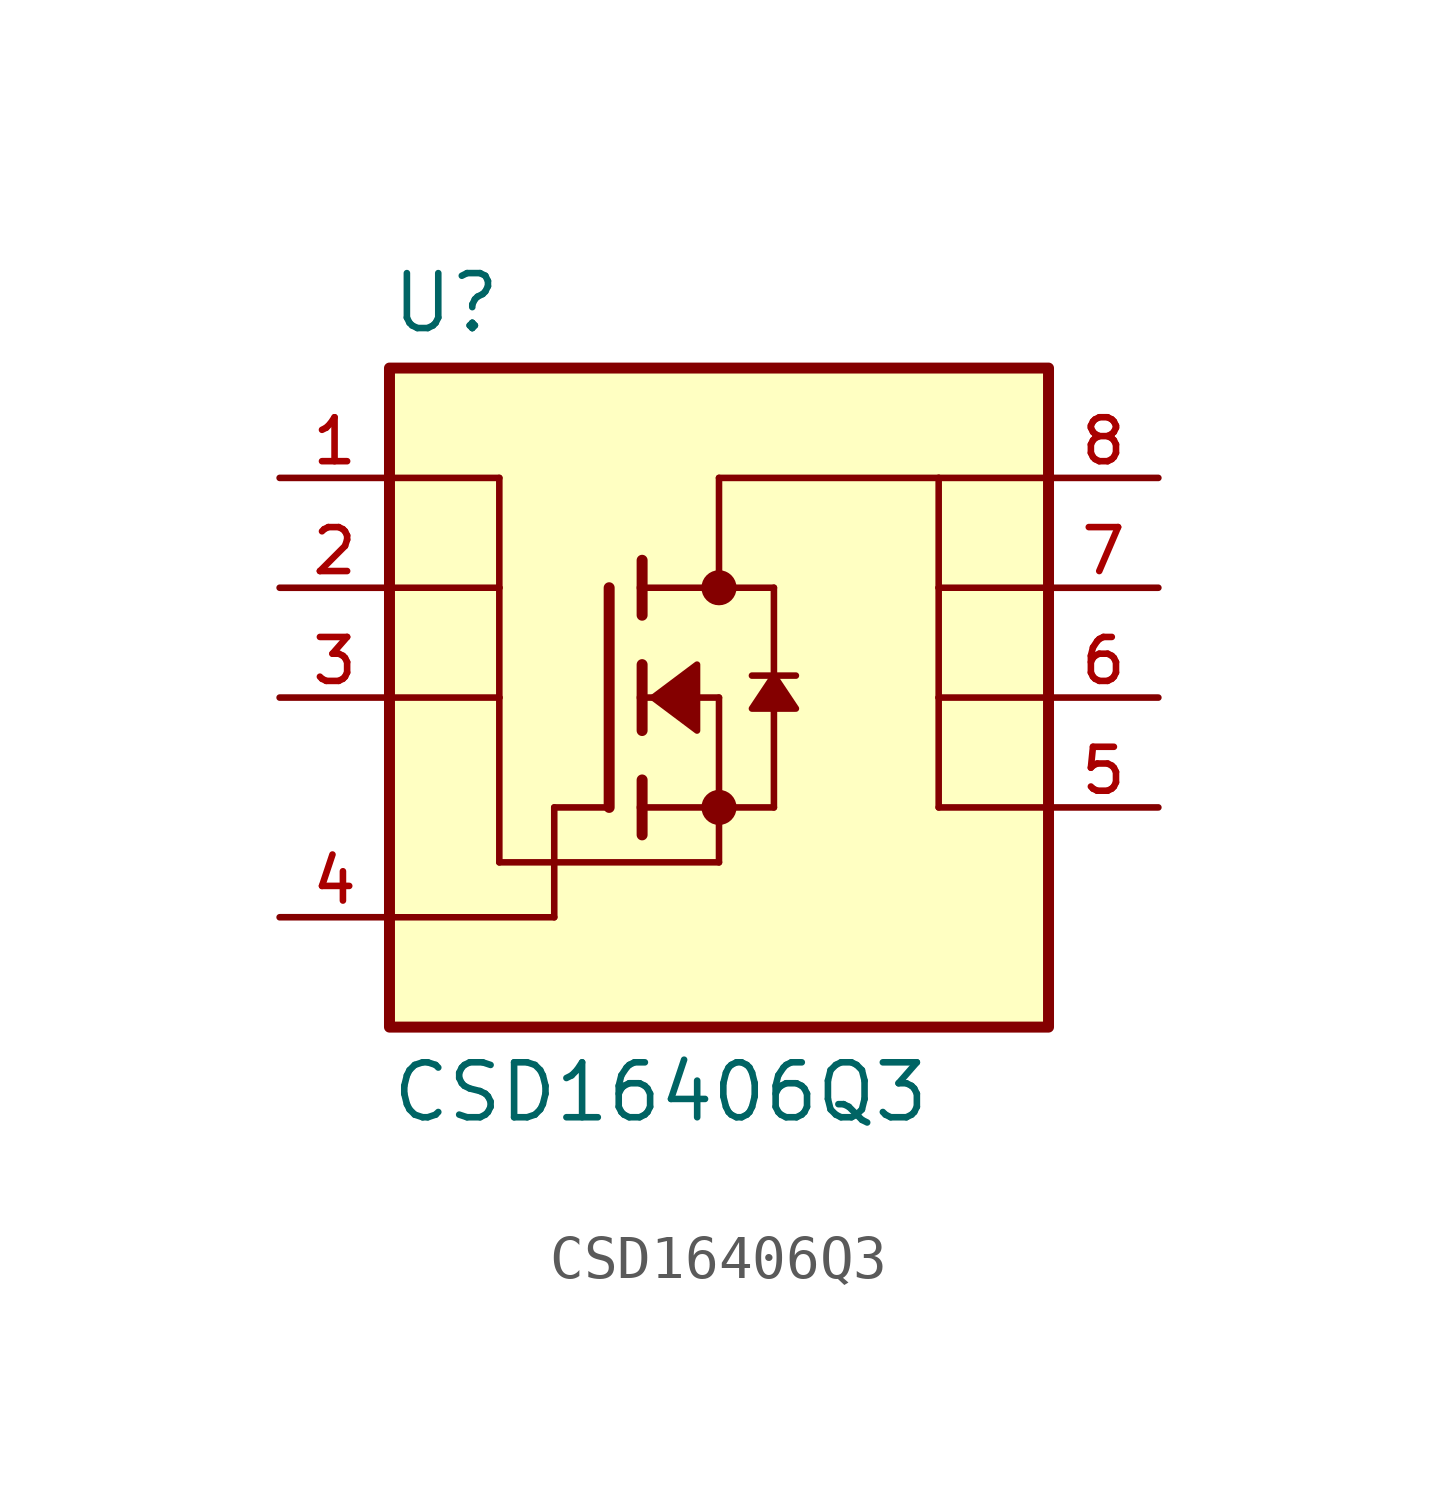
<source format=kicad_sym>
(kicad_symbol_lib
  (version 20211014)
  (generator kicad_symbol_editor)
  (symbol "CSD16406Q3"
    (pin_names
      (offset 1.016))
    (property "Reference" "U"
      (at -7.62 8.382 0)
      (effects (font (size 1.27 1.27)) (justify bottom left)))
    (property "Value" "CSD16406Q3"
      (at -7.62 -8.382 0)
      (effects (font (size 1.27 1.27)) (justify top left)))
    (symbol "CSD16406Q3_0_0"
      (polyline (pts (xy -1.778 0.762) (xy -1.778 0.0)) (stroke (width 0.254)))
      (polyline (pts (xy -1.778 0.0) (xy -1.778 -0.762)) (stroke (width 0.254)))
      (polyline (pts (xy -1.778 3.175) (xy -1.778 2.54)) (stroke (width 0.254)))
      (polyline (pts (xy -1.778 2.54) (xy -1.778 1.905)) (stroke (width 0.254)))
      (polyline (pts (xy -1.778 0.0) (xy 0.0 0.0)) (stroke (width 0.152)))
      (polyline (pts (xy 0.0 0.0) (xy 0.0 -2.54)) (stroke (width 0.152)))
      (polyline (pts (xy -1.778 -1.905) (xy -1.778 -2.54)) (stroke (width 0.254)))
      (polyline (pts (xy -1.778 -2.54) (xy -1.778 -3.175)) (stroke (width 0.254)))
      (polyline (pts (xy -2.54 2.54) (xy -2.54 -2.54)) (stroke (width 0.254)))
      (polyline (pts (xy 0.0 -2.54) (xy -1.778 -2.54)) (stroke (width 0.152)))
      (polyline (pts (xy 1.27 2.54) (xy 1.27 0.508)) (stroke (width 0.152)))
      (polyline (pts (xy 1.27 0.508) (xy 1.27 -2.54)) (stroke (width 0.152)))
      (polyline (pts (xy 0.0 -2.54) (xy 1.27 -2.54)) (stroke (width 0.152)))
      (polyline (pts (xy -1.778 2.54) (xy 0.0 2.54)) (stroke (width 0.152)))
      (polyline (pts (xy 0.0 2.54) (xy 1.27 2.54)) (stroke (width 0.152)))
      (polyline (pts (xy 1.778 0.508) (xy 1.27 0.508)) (stroke (width 0.152)))
      (polyline (pts (xy 1.27 0.508) (xy 0.762 0.508)) (stroke (width 0.152)))
      (circle (center 0.0 2.54) (radius 0.203) (stroke (width 0.406)) (fill (type none)))
      (polyline (pts (xy 1.27 0.508) (xy 0.762 -0.254) (xy 1.778 -0.254) (xy 1.27 0.508)) (stroke (width 0.152)) (fill (type outline)))
      (polyline (pts (xy -1.524 0.0) (xy -0.508 0.762) (xy -0.508 -0.762) (xy -1.524 0.0)) (stroke (width 0.152)) (fill (type outline)))
      (polyline (pts (xy 5.08 -2.54) (xy 5.08 0.0)) (stroke (width 0.152)))
      (polyline (pts (xy 5.08 0.0) (xy 5.08 2.54)) (stroke (width 0.152)))
      (polyline (pts (xy 5.08 2.54) (xy 5.08 5.08)) (stroke (width 0.152)))
      (polyline (pts (xy 5.08 5.08) (xy 0.0 5.08)) (stroke (width 0.152)))
      (polyline (pts (xy 0.0 5.08) (xy 0.0 2.54)) (stroke (width 0.152)))
      (polyline (pts (xy 5.08 -2.54) (xy 7.62 -2.54)) (stroke (width 0.152)))
      (polyline (pts (xy 5.08 0.0) (xy 7.62 0.0)) (stroke (width 0.152)))
      (polyline (pts (xy 5.08 2.54) (xy 7.62 2.54)) (stroke (width 0.152)))
      (polyline (pts (xy 5.08 5.08) (xy 7.62 5.08)) (stroke (width 0.152)))
      (polyline (pts (xy -7.62 -5.08) (xy -3.81 -5.08)) (stroke (width 0.152)))
      (polyline (pts (xy -3.81 -5.08) (xy -3.81 -2.54)) (stroke (width 0.152)))
      (polyline (pts (xy -3.81 -2.54) (xy -2.54 -2.54)) (stroke (width 0.152)))
      (polyline (pts (xy -7.62 5.08) (xy -5.08 5.08)) (stroke (width 0.152)))
      (polyline (pts (xy -5.08 5.08) (xy -5.08 2.54)) (stroke (width 0.152)))
      (polyline (pts (xy -5.08 2.54) (xy -5.08 0.0)) (stroke (width 0.152)))
      (polyline (pts (xy -5.08 0.0) (xy -7.62 0.0)) (stroke (width 0.152)))
      (polyline (pts (xy -7.62 2.54) (xy -5.08 2.54)) (stroke (width 0.152)))
      (polyline (pts (xy -5.08 0.0) (xy -5.08 -3.81)) (stroke (width 0.152)))
      (polyline (pts (xy -5.08 -3.81) (xy 0.0 -3.81)) (stroke (width 0.152)))
      (polyline (pts (xy 0.0 -3.81) (xy 0.0 -2.54)) (stroke (width 0.152)))
      (circle (center 0.0 -2.54) (radius 0.203) (stroke (width 0.406)) (fill (type none)))
      (rectangle (start -7.62 -7.62) (end 7.62 7.62) (stroke (width 0.254)) (fill (type background)))
      (pin passive line (at -10.16 5.08 0) (length 2.54) (name "~" (effects (font (size 1.016 1.016)))) (number "1" (effects (font (size 1.016 1.016)))))
      (pin passive line (at -10.16 -5.08 0) (length 2.54) (name "~" (effects (font (size 1.016 1.016)))) (number "4" (effects (font (size 1.016 1.016)))))
      (pin passive line (at 10.16 -2.54 180.0) (length 2.54) (name "~" (effects (font (size 1.016 1.016)))) (number "5" (effects (font (size 1.016 1.016)))))
      (pin passive line (at 10.16 0.0 180.0) (length 2.54) (name "~" (effects (font (size 1.016 1.016)))) (number "6" (effects (font (size 1.016 1.016)))))
      (pin passive line (at 10.16 2.54 180.0) (length 2.54) (name "~" (effects (font (size 1.016 1.016)))) (number "7" (effects (font (size 1.016 1.016)))))
      (pin passive line (at 10.16 5.08 180.0) (length 2.54) (name "~" (effects (font (size 1.016 1.016)))) (number "8" (effects (font (size 1.016 1.016)))))
      (pin passive line (at -10.16 2.54 0) (length 2.54) (name "~" (effects (font (size 1.016 1.016)))) (number "2" (effects (font (size 1.016 1.016)))))
      (pin passive line (at -10.16 0.0 0) (length 2.54) (name "~" (effects (font (size 1.016 1.016)))) (number "3" (effects (font (size 1.016 1.016))))))))
</source>
